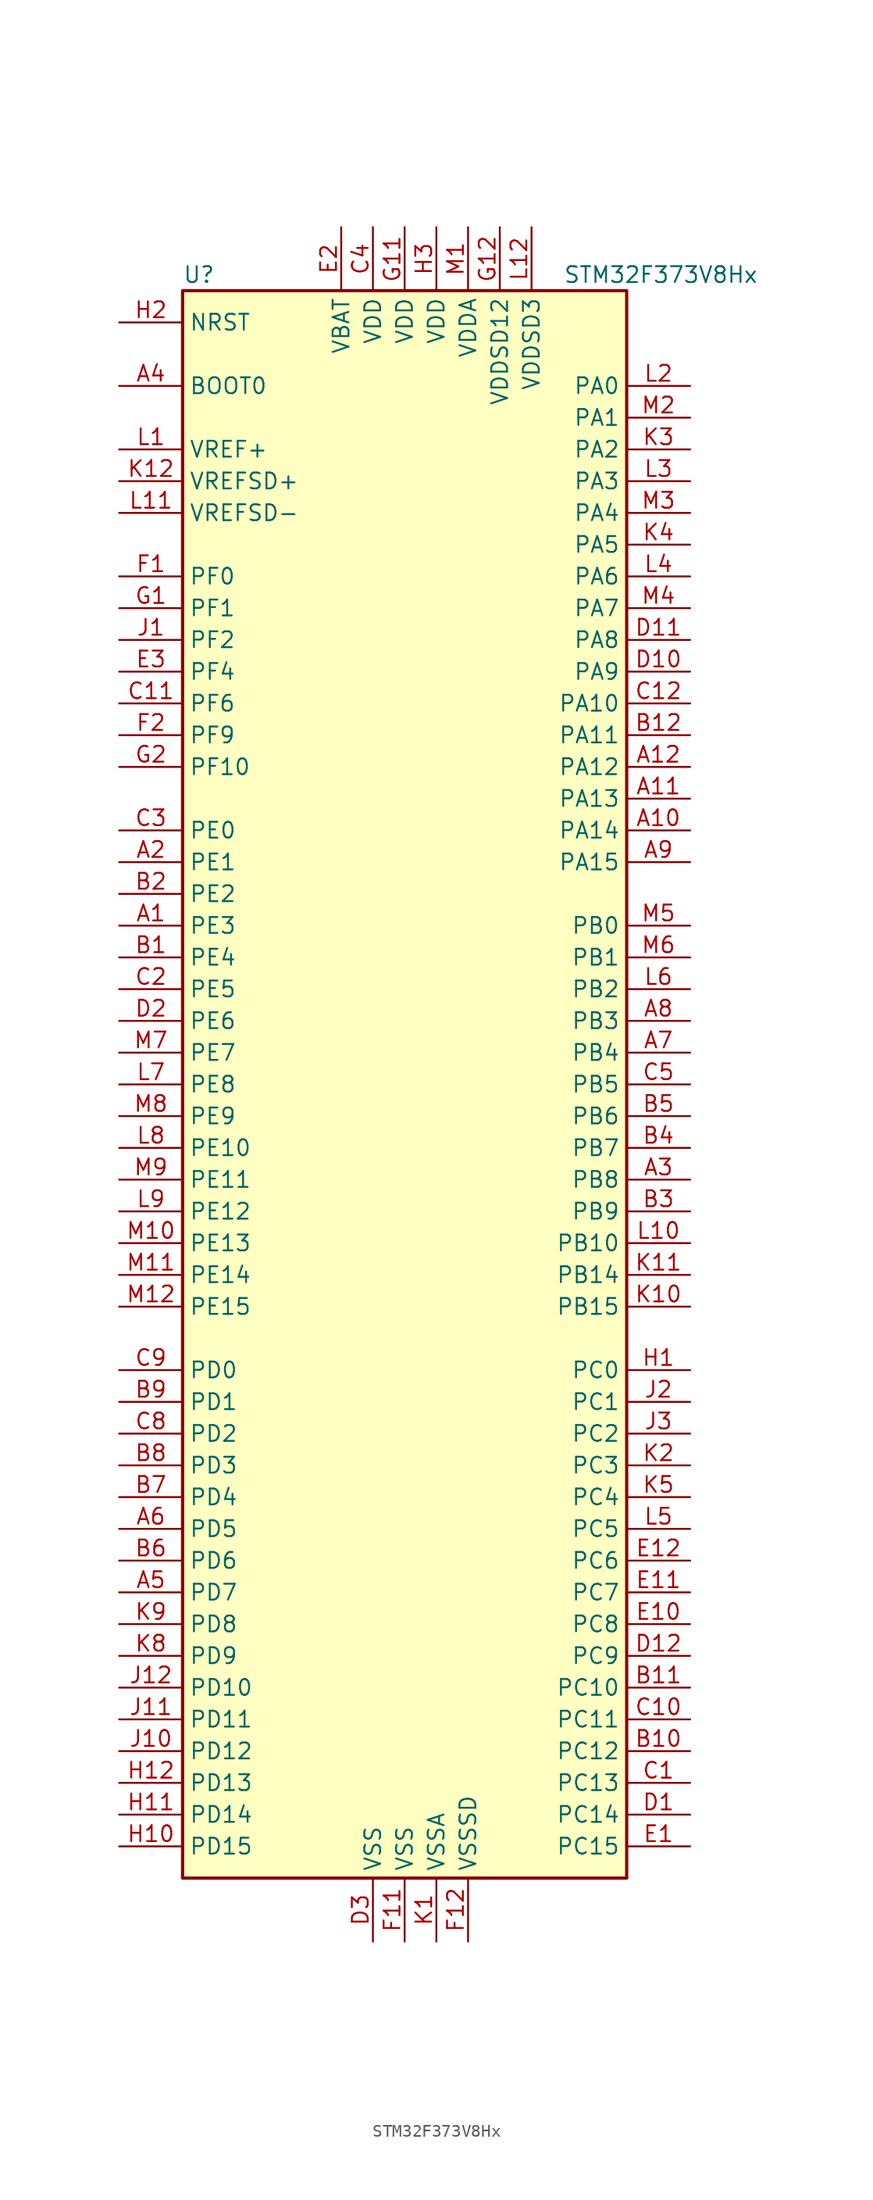
<source format=kicad_sym>
(kicad_symbol_lib
  (version 20201005)
  (generator kicad_symbol_editor)
  (symbol "STM32F373V8Hx"
    (property "Reference" "U"
      (at -17.78 64.77 0)
      (effects (font (size 1.27 1.27)) (justify left)))
    (property "Value" "STM32F373V8Hx"
      (at 12.7 64.77 0)
      (effects (font (size 1.27 1.27)) (justify left)))
    (symbol "STM32F373V8Hx_0_1"
      (rectangle (start -17.78 -63.5) (end 17.78 63.5) (stroke (width 0.254)) (fill (type background))))
    (symbol "STM32F373V8Hx_1_1"
      (pin input line (at -22.86 55.88 0) (length 5.08) (name "BOOT0" (effects (font (size 1.27 1.27)))) (number "A4" (effects (font (size 1.27 1.27)))))
      (pin input line (at -22.86 60.96 0) (length 5.08) (name "NRST" (effects (font (size 1.27 1.27)))) (number "H2" (effects (font (size 1.27 1.27)))))
      (pin bidirectional line (at 22.86 55.88 180) (length 5.08) (name "PA0" (effects (font (size 1.27 1.27)))) (number "L2" (effects (font (size 1.27 1.27)))))
      (pin bidirectional line (at 22.86 53.34 180) (length 5.08) (name "PA1" (effects (font (size 1.27 1.27)))) (number "M2" (effects (font (size 1.27 1.27)))))
      (pin bidirectional line (at 22.86 30.48 180) (length 5.08) (name "PA10" (effects (font (size 1.27 1.27)))) (number "C12" (effects (font (size 1.27 1.27)))))
      (pin bidirectional line (at 22.86 27.94 180) (length 5.08) (name "PA11" (effects (font (size 1.27 1.27)))) (number "B12" (effects (font (size 1.27 1.27)))))
      (pin bidirectional line (at 22.86 25.4 180) (length 5.08) (name "PA12" (effects (font (size 1.27 1.27)))) (number "A12" (effects (font (size 1.27 1.27)))))
      (pin bidirectional line (at 22.86 22.86 180) (length 5.08) (name "PA13" (effects (font (size 1.27 1.27)))) (number "A11" (effects (font (size 1.27 1.27)))))
      (pin bidirectional line (at 22.86 20.32 180) (length 5.08) (name "PA14" (effects (font (size 1.27 1.27)))) (number "A10" (effects (font (size 1.27 1.27)))))
      (pin bidirectional line (at 22.86 17.78 180) (length 5.08) (name "PA15" (effects (font (size 1.27 1.27)))) (number "A9" (effects (font (size 1.27 1.27)))))
      (pin bidirectional line (at 22.86 50.8 180) (length 5.08) (name "PA2" (effects (font (size 1.27 1.27)))) (number "K3" (effects (font (size 1.27 1.27)))))
      (pin bidirectional line (at 22.86 48.26 180) (length 5.08) (name "PA3" (effects (font (size 1.27 1.27)))) (number "L3" (effects (font (size 1.27 1.27)))))
      (pin bidirectional line (at 22.86 45.72 180) (length 5.08) (name "PA4" (effects (font (size 1.27 1.27)))) (number "M3" (effects (font (size 1.27 1.27)))))
      (pin bidirectional line (at 22.86 43.18 180) (length 5.08) (name "PA5" (effects (font (size 1.27 1.27)))) (number "K4" (effects (font (size 1.27 1.27)))))
      (pin bidirectional line (at 22.86 40.64 180) (length 5.08) (name "PA6" (effects (font (size 1.27 1.27)))) (number "L4" (effects (font (size 1.27 1.27)))))
      (pin bidirectional line (at 22.86 38.1 180) (length 5.08) (name "PA7" (effects (font (size 1.27 1.27)))) (number "M4" (effects (font (size 1.27 1.27)))))
      (pin bidirectional line (at 22.86 35.56 180) (length 5.08) (name "PA8" (effects (font (size 1.27 1.27)))) (number "D11" (effects (font (size 1.27 1.27)))))
      (pin bidirectional line (at 22.86 33.02 180) (length 5.08) (name "PA9" (effects (font (size 1.27 1.27)))) (number "D10" (effects (font (size 1.27 1.27)))))
      (pin bidirectional line (at 22.86 12.7 180) (length 5.08) (name "PB0" (effects (font (size 1.27 1.27)))) (number "M5" (effects (font (size 1.27 1.27)))))
      (pin bidirectional line (at 22.86 10.16 180) (length 5.08) (name "PB1" (effects (font (size 1.27 1.27)))) (number "M6" (effects (font (size 1.27 1.27)))))
      (pin bidirectional line (at 22.86 -12.7 180) (length 5.08) (name "PB10" (effects (font (size 1.27 1.27)))) (number "L10" (effects (font (size 1.27 1.27)))))
      (pin bidirectional line (at 22.86 -15.24 180) (length 5.08) (name "PB14" (effects (font (size 1.27 1.27)))) (number "K11" (effects (font (size 1.27 1.27)))))
      (pin bidirectional line (at 22.86 -17.78 180) (length 5.08) (name "PB15" (effects (font (size 1.27 1.27)))) (number "K10" (effects (font (size 1.27 1.27)))))
      (pin bidirectional line (at 22.86 7.62 180) (length 5.08) (name "PB2" (effects (font (size 1.27 1.27)))) (number "L6" (effects (font (size 1.27 1.27)))))
      (pin bidirectional line (at 22.86 5.08 180) (length 5.08) (name "PB3" (effects (font (size 1.27 1.27)))) (number "A8" (effects (font (size 1.27 1.27)))))
      (pin bidirectional line (at 22.86 2.54 180) (length 5.08) (name "PB4" (effects (font (size 1.27 1.27)))) (number "A7" (effects (font (size 1.27 1.27)))))
      (pin bidirectional line (at 22.86 0 180) (length 5.08) (name "PB5" (effects (font (size 1.27 1.27)))) (number "C5" (effects (font (size 1.27 1.27)))))
      (pin bidirectional line (at 22.86 -2.54 180) (length 5.08) (name "PB6" (effects (font (size 1.27 1.27)))) (number "B5" (effects (font (size 1.27 1.27)))))
      (pin bidirectional line (at 22.86 -5.08 180) (length 5.08) (name "PB7" (effects (font (size 1.27 1.27)))) (number "B4" (effects (font (size 1.27 1.27)))))
      (pin bidirectional line (at 22.86 -7.62 180) (length 5.08) (name "PB8" (effects (font (size 1.27 1.27)))) (number "A3" (effects (font (size 1.27 1.27)))))
      (pin bidirectional line (at 22.86 -10.16 180) (length 5.08) (name "PB9" (effects (font (size 1.27 1.27)))) (number "B3" (effects (font (size 1.27 1.27)))))
      (pin bidirectional line (at 22.86 -22.86 180) (length 5.08) (name "PC0" (effects (font (size 1.27 1.27)))) (number "H1" (effects (font (size 1.27 1.27)))))
      (pin bidirectional line (at 22.86 -25.4 180) (length 5.08) (name "PC1" (effects (font (size 1.27 1.27)))) (number "J2" (effects (font (size 1.27 1.27)))))
      (pin bidirectional line (at 22.86 -48.26 180) (length 5.08) (name "PC10" (effects (font (size 1.27 1.27)))) (number "B11" (effects (font (size 1.27 1.27)))))
      (pin bidirectional line (at 22.86 -50.8 180) (length 5.08) (name "PC11" (effects (font (size 1.27 1.27)))) (number "C10" (effects (font (size 1.27 1.27)))))
      (pin bidirectional line (at 22.86 -53.34 180) (length 5.08) (name "PC12" (effects (font (size 1.27 1.27)))) (number "B10" (effects (font (size 1.27 1.27)))))
      (pin bidirectional line (at 22.86 -55.88 180) (length 5.08) (name "PC13" (effects (font (size 1.27 1.27)))) (number "C1" (effects (font (size 1.27 1.27)))))
      (pin bidirectional line (at 22.86 -58.42 180) (length 5.08) (name "PC14" (effects (font (size 1.27 1.27)))) (number "D1" (effects (font (size 1.27 1.27)))))
      (pin bidirectional line (at 22.86 -60.96 180) (length 5.08) (name "PC15" (effects (font (size 1.27 1.27)))) (number "E1" (effects (font (size 1.27 1.27)))))
      (pin bidirectional line (at 22.86 -27.94 180) (length 5.08) (name "PC2" (effects (font (size 1.27 1.27)))) (number "J3" (effects (font (size 1.27 1.27)))))
      (pin bidirectional line (at 22.86 -30.48 180) (length 5.08) (name "PC3" (effects (font (size 1.27 1.27)))) (number "K2" (effects (font (size 1.27 1.27)))))
      (pin bidirectional line (at 22.86 -33.02 180) (length 5.08) (name "PC4" (effects (font (size 1.27 1.27)))) (number "K5" (effects (font (size 1.27 1.27)))))
      (pin bidirectional line (at 22.86 -35.56 180) (length 5.08) (name "PC5" (effects (font (size 1.27 1.27)))) (number "L5" (effects (font (size 1.27 1.27)))))
      (pin bidirectional line (at 22.86 -38.1 180) (length 5.08) (name "PC6" (effects (font (size 1.27 1.27)))) (number "E12" (effects (font (size 1.27 1.27)))))
      (pin bidirectional line (at 22.86 -40.64 180) (length 5.08) (name "PC7" (effects (font (size 1.27 1.27)))) (number "E11" (effects (font (size 1.27 1.27)))))
      (pin bidirectional line (at 22.86 -43.18 180) (length 5.08) (name "PC8" (effects (font (size 1.27 1.27)))) (number "E10" (effects (font (size 1.27 1.27)))))
      (pin bidirectional line (at 22.86 -45.72 180) (length 5.08) (name "PC9" (effects (font (size 1.27 1.27)))) (number "D12" (effects (font (size 1.27 1.27)))))
      (pin bidirectional line (at -22.86 -22.86 0) (length 5.08) (name "PD0" (effects (font (size 1.27 1.27)))) (number "C9" (effects (font (size 1.27 1.27)))))
      (pin bidirectional line (at -22.86 -25.4 0) (length 5.08) (name "PD1" (effects (font (size 1.27 1.27)))) (number "B9" (effects (font (size 1.27 1.27)))))
      (pin bidirectional line (at -22.86 -48.26 0) (length 5.08) (name "PD10" (effects (font (size 1.27 1.27)))) (number "J12" (effects (font (size 1.27 1.27)))))
      (pin bidirectional line (at -22.86 -50.8 0) (length 5.08) (name "PD11" (effects (font (size 1.27 1.27)))) (number "J11" (effects (font (size 1.27 1.27)))))
      (pin bidirectional line (at -22.86 -53.34 0) (length 5.08) (name "PD12" (effects (font (size 1.27 1.27)))) (number "J10" (effects (font (size 1.27 1.27)))))
      (pin bidirectional line (at -22.86 -55.88 0) (length 5.08) (name "PD13" (effects (font (size 1.27 1.27)))) (number "H12" (effects (font (size 1.27 1.27)))))
      (pin bidirectional line (at -22.86 -58.42 0) (length 5.08) (name "PD14" (effects (font (size 1.27 1.27)))) (number "H11" (effects (font (size 1.27 1.27)))))
      (pin bidirectional line (at -22.86 -60.96 0) (length 5.08) (name "PD15" (effects (font (size 1.27 1.27)))) (number "H10" (effects (font (size 1.27 1.27)))))
      (pin bidirectional line (at -22.86 -27.94 0) (length 5.08) (name "PD2" (effects (font (size 1.27 1.27)))) (number "C8" (effects (font (size 1.27 1.27)))))
      (pin bidirectional line (at -22.86 -30.48 0) (length 5.08) (name "PD3" (effects (font (size 1.27 1.27)))) (number "B8" (effects (font (size 1.27 1.27)))))
      (pin bidirectional line (at -22.86 -33.02 0) (length 5.08) (name "PD4" (effects (font (size 1.27 1.27)))) (number "B7" (effects (font (size 1.27 1.27)))))
      (pin bidirectional line (at -22.86 -35.56 0) (length 5.08) (name "PD5" (effects (font (size 1.27 1.27)))) (number "A6" (effects (font (size 1.27 1.27)))))
      (pin bidirectional line (at -22.86 -38.1 0) (length 5.08) (name "PD6" (effects (font (size 1.27 1.27)))) (number "B6" (effects (font (size 1.27 1.27)))))
      (pin bidirectional line (at -22.86 -40.64 0) (length 5.08) (name "PD7" (effects (font (size 1.27 1.27)))) (number "A5" (effects (font (size 1.27 1.27)))))
      (pin bidirectional line (at -22.86 -43.18 0) (length 5.08) (name "PD8" (effects (font (size 1.27 1.27)))) (number "K9" (effects (font (size 1.27 1.27)))))
      (pin bidirectional line (at -22.86 -45.72 0) (length 5.08) (name "PD9" (effects (font (size 1.27 1.27)))) (number "K8" (effects (font (size 1.27 1.27)))))
      (pin bidirectional line (at -22.86 20.32 0) (length 5.08) (name "PE0" (effects (font (size 1.27 1.27)))) (number "C3" (effects (font (size 1.27 1.27)))))
      (pin bidirectional line (at -22.86 17.78 0) (length 5.08) (name "PE1" (effects (font (size 1.27 1.27)))) (number "A2" (effects (font (size 1.27 1.27)))))
      (pin bidirectional line (at -22.86 -5.08 0) (length 5.08) (name "PE10" (effects (font (size 1.27 1.27)))) (number "L8" (effects (font (size 1.27 1.27)))))
      (pin bidirectional line (at -22.86 -7.62 0) (length 5.08) (name "PE11" (effects (font (size 1.27 1.27)))) (number "M9" (effects (font (size 1.27 1.27)))))
      (pin bidirectional line (at -22.86 -10.16 0) (length 5.08) (name "PE12" (effects (font (size 1.27 1.27)))) (number "L9" (effects (font (size 1.27 1.27)))))
      (pin bidirectional line (at -22.86 -12.7 0) (length 5.08) (name "PE13" (effects (font (size 1.27 1.27)))) (number "M10" (effects (font (size 1.27 1.27)))))
      (pin bidirectional line (at -22.86 -15.24 0) (length 5.08) (name "PE14" (effects (font (size 1.27 1.27)))) (number "M11" (effects (font (size 1.27 1.27)))))
      (pin bidirectional line (at -22.86 -17.78 0) (length 5.08) (name "PE15" (effects (font (size 1.27 1.27)))) (number "M12" (effects (font (size 1.27 1.27)))))
      (pin bidirectional line (at -22.86 15.24 0) (length 5.08) (name "PE2" (effects (font (size 1.27 1.27)))) (number "B2" (effects (font (size 1.27 1.27)))))
      (pin bidirectional line (at -22.86 12.7 0) (length 5.08) (name "PE3" (effects (font (size 1.27 1.27)))) (number "A1" (effects (font (size 1.27 1.27)))))
      (pin bidirectional line (at -22.86 10.16 0) (length 5.08) (name "PE4" (effects (font (size 1.27 1.27)))) (number "B1" (effects (font (size 1.27 1.27)))))
      (pin bidirectional line (at -22.86 7.62 0) (length 5.08) (name "PE5" (effects (font (size 1.27 1.27)))) (number "C2" (effects (font (size 1.27 1.27)))))
      (pin bidirectional line (at -22.86 5.08 0) (length 5.08) (name "PE6" (effects (font (size 1.27 1.27)))) (number "D2" (effects (font (size 1.27 1.27)))))
      (pin bidirectional line (at -22.86 2.54 0) (length 5.08) (name "PE7" (effects (font (size 1.27 1.27)))) (number "M7" (effects (font (size 1.27 1.27)))))
      (pin bidirectional line (at -22.86 0 0) (length 5.08) (name "PE8" (effects (font (size 1.27 1.27)))) (number "L7" (effects (font (size 1.27 1.27)))))
      (pin bidirectional line (at -22.86 -2.54 0) (length 5.08) (name "PE9" (effects (font (size 1.27 1.27)))) (number "M8" (effects (font (size 1.27 1.27)))))
      (pin input line (at -22.86 40.64 0) (length 5.08) (name "PF0" (effects (font (size 1.27 1.27)))) (number "F1" (effects (font (size 1.27 1.27)))))
      (pin input line (at -22.86 38.1 0) (length 5.08) (name "PF1" (effects (font (size 1.27 1.27)))) (number "G1" (effects (font (size 1.27 1.27)))))
      (pin bidirectional line (at -22.86 25.4 0) (length 5.08) (name "PF10" (effects (font (size 1.27 1.27)))) (number "G2" (effects (font (size 1.27 1.27)))))
      (pin bidirectional line (at -22.86 35.56 0) (length 5.08) (name "PF2" (effects (font (size 1.27 1.27)))) (number "J1" (effects (font (size 1.27 1.27)))))
      (pin bidirectional line (at -22.86 33.02 0) (length 5.08) (name "PF4" (effects (font (size 1.27 1.27)))) (number "E3" (effects (font (size 1.27 1.27)))))
      (pin bidirectional line (at -22.86 30.48 0) (length 5.08) (name "PF6" (effects (font (size 1.27 1.27)))) (number "C11" (effects (font (size 1.27 1.27)))))
      (pin bidirectional line (at -22.86 27.94 0) (length 5.08) (name "PF9" (effects (font (size 1.27 1.27)))) (number "F2" (effects (font (size 1.27 1.27)))))
      (pin power_in line (at -5.08 68.58 270) (length 5.08) (name "VBAT" (effects (font (size 1.27 1.27)))) (number "E2" (effects (font (size 1.27 1.27)))))
      (pin power_in line (at -2.54 68.58 270) (length 5.08) (name "VDD" (effects (font (size 1.27 1.27)))) (number "C4" (effects (font (size 1.27 1.27)))))
      (pin power_in line (at 0 68.58 270) (length 5.08) (name "VDD" (effects (font (size 1.27 1.27)))) (number "G11" (effects (font (size 1.27 1.27)))))
      (pin power_in line (at 2.54 68.58 270) (length 5.08) (name "VDD" (effects (font (size 1.27 1.27)))) (number "H3" (effects (font (size 1.27 1.27)))))
      (pin power_in line (at 5.08 68.58 270) (length 5.08) (name "VDDA" (effects (font (size 1.27 1.27)))) (number "M1" (effects (font (size 1.27 1.27)))))
      (pin power_in line (at 7.62 68.58 270) (length 5.08) (name "VDDSD12" (effects (font (size 1.27 1.27)))) (number "G12" (effects (font (size 1.27 1.27)))))
      (pin power_in line (at 10.16 68.58 270) (length 5.08) (name "VDDSD3" (effects (font (size 1.27 1.27)))) (number "L12" (effects (font (size 1.27 1.27)))))
      (pin power_in line (at -22.86 50.8 0) (length 5.08) (name "VREF+" (effects (font (size 1.27 1.27)))) (number "L1" (effects (font (size 1.27 1.27)))))
      (pin power_in line (at -22.86 48.26 0) (length 5.08) (name "VREFSD+" (effects (font (size 1.27 1.27)))) (number "K12" (effects (font (size 1.27 1.27)))))
      (pin power_in line (at -22.86 45.72 0) (length 5.08) (name "VREFSD-" (effects (font (size 1.27 1.27)))) (number "L11" (effects (font (size 1.27 1.27)))))
      (pin power_in line (at -2.54 -68.58 90) (length 5.08) (name "VSS" (effects (font (size 1.27 1.27)))) (number "D3" (effects (font (size 1.27 1.27)))))
      (pin power_in line (at 0 -68.58 90) (length 5.08) (name "VSS" (effects (font (size 1.27 1.27)))) (number "F11" (effects (font (size 1.27 1.27)))))
      (pin power_in line (at 2.54 -68.58 90) (length 5.08) (name "VSSA" (effects (font (size 1.27 1.27)))) (number "K1" (effects (font (size 1.27 1.27)))))
      (pin power_in line (at 5.08 -68.58 90) (length 5.08) (name "VSSSD" (effects (font (size 1.27 1.27)))) (number "F12" (effects (font (size 1.27 1.27))))))))
</source>
